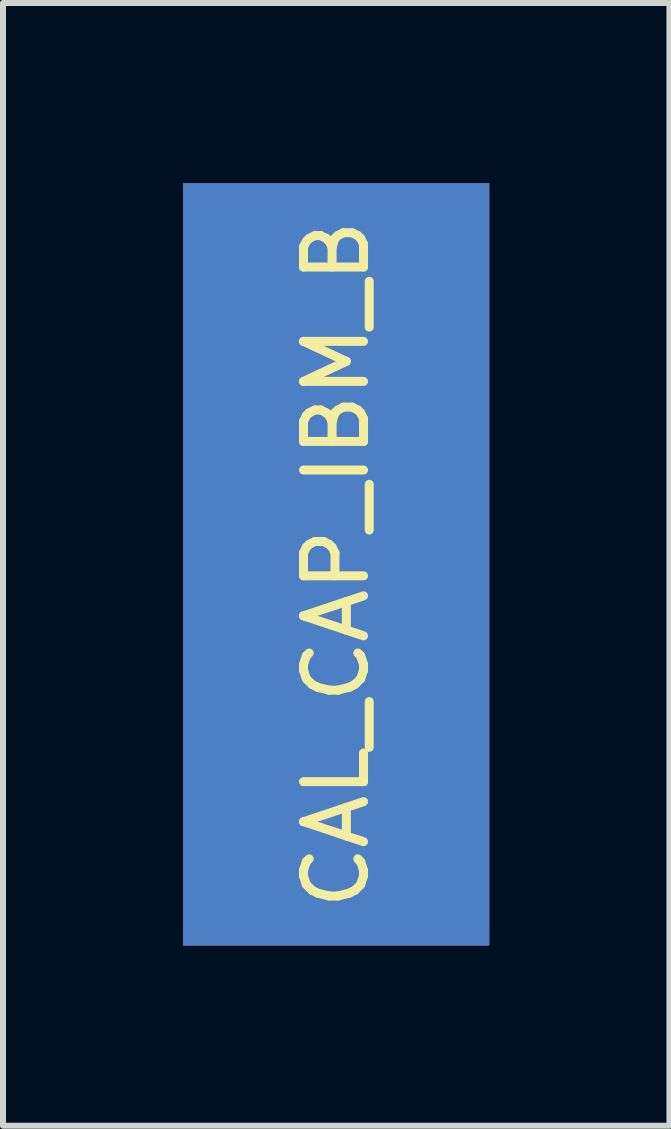
<source format=kicad_pcb>
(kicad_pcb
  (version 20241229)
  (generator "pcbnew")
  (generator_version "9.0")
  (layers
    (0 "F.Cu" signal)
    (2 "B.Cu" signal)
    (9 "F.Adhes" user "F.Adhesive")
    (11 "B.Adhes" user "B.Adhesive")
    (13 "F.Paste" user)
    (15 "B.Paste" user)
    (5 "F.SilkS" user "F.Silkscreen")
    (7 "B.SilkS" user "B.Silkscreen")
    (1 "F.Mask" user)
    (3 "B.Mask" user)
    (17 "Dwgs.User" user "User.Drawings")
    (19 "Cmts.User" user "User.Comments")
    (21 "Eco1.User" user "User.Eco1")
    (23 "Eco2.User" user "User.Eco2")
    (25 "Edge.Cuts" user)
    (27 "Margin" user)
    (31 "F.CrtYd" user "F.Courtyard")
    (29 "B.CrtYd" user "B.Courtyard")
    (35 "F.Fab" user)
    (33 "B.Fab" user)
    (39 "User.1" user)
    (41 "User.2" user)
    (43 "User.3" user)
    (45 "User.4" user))
  (footprint "CAL_CAP_IBM_B"
    (layer "F.Cu")
    (at 2.55 6.35)
    (property "Reference" "CAL_CAP_IBM_B" (at 0 0 270) (layer "F.SilkS") (effects (font (size 1 1) (thickness 0.15))))
    (attr through_hole)
    (pad "COL" smd rect (at 0 0) (size 5.1 12.7) (layers "B.Cu"))
    (pad "ROW" smd rect (at 0 0) (size 5.1 12.7) (layers "F.Cu")))
  (gr_rect
    (start -3 -3)
    (end 8.1 15.7)
    (stroke (width 0.1) (type default))
    (fill no)
    (layer "Edge.Cuts")))
</source>
